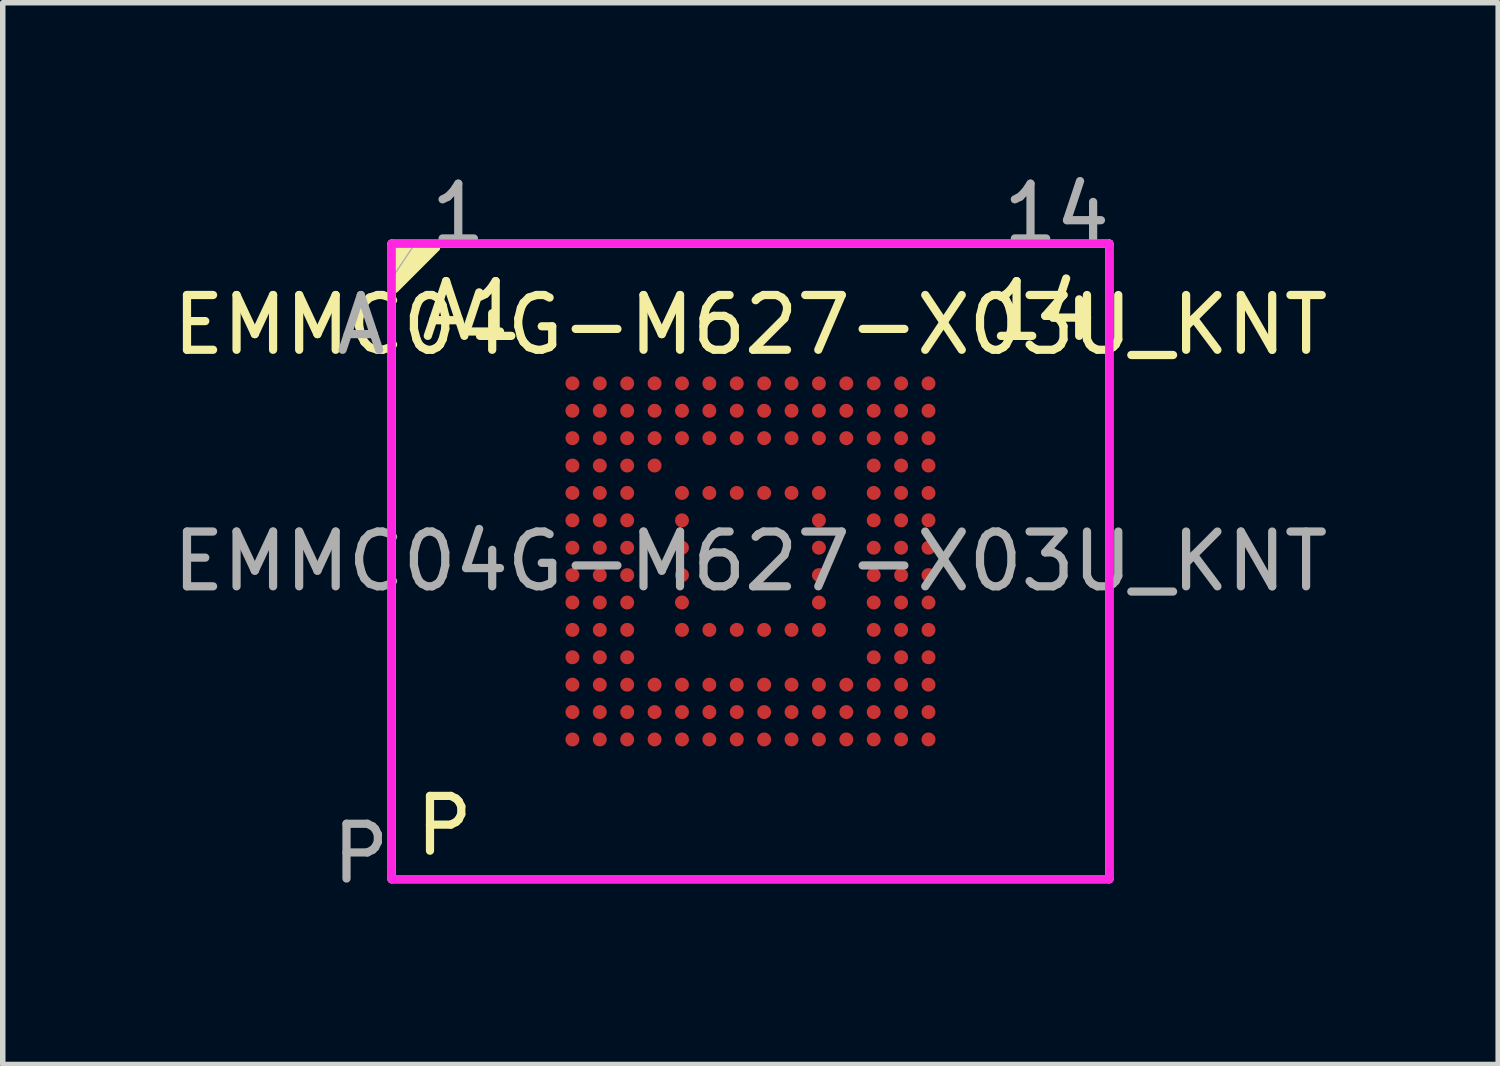
<source format=kicad_pcb>
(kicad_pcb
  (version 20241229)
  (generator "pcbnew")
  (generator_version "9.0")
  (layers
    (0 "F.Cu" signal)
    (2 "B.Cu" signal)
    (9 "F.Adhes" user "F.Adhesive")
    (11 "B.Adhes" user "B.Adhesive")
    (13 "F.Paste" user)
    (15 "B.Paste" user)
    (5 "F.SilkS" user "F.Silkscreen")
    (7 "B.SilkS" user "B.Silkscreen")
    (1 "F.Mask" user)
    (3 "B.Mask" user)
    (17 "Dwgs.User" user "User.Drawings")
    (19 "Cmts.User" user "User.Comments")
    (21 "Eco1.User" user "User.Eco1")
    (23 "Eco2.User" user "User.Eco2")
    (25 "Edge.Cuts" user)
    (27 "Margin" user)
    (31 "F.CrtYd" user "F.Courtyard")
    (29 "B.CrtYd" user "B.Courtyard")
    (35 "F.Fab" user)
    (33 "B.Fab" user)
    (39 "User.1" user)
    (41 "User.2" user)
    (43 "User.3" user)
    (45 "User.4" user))
  (footprint "EMMC04G-M627-X03U_KNT"
    (layer "F.Cu")
    (at 10.649 7.198)
    (property "Reference" "EMMC04G-M627-X03U_KNT" (at 0 -4.318 0) (unlocked yes) (layer "F.SilkS") (effects (font (size 1 1) (thickness 0.15))))
    (attr smd)
    (fp_line (start -6.55 -5.8) (end -6.55 5.8) (stroke (width 0.152) (type solid)) (layer "F.SilkS"))
    (fp_line (start -6.55 5.8) (end 6.55 5.8) (stroke (width 0.152) (type solid)) (layer "F.SilkS"))
    (fp_line (start 6.55 -5.8) (end -6.55 -5.8) (stroke (width 0.152) (type solid)) (layer "F.SilkS"))
    (fp_line (start 6.55 5.8) (end 6.55 -5.8) (stroke (width 0.152) (type solid)) (layer "F.SilkS"))
    (fp_poly (pts (xy -5.715 -5.715) (xy -6.477 -4.953) (xy -6.477 -5.715)) (stroke (width 0.1) (type solid)) (fill yes) (layer "F.SilkS"))
    (fp_poly (pts (xy -3.945 -3.945) (xy 3.945 -3.945) (xy 3.945 3.945) (xy -3.945 3.945)) (stroke (width 0.1) (type solid)) (fill no) (layer "Eco2.User"))
    (fp_line (start -6.55 -5.8) (end 6.55 -5.8) (stroke (width 0.152) (type solid)) (layer "F.CrtYd"))
    (fp_line (start -6.55 5.8) (end -6.55 -5.8) (stroke (width 0.152) (type solid)) (layer "F.CrtYd"))
    (fp_line (start 6.55 -5.8) (end 6.55 5.8) (stroke (width 0.152) (type solid)) (layer "F.CrtYd"))
    (fp_line (start 6.55 5.8) (end -6.55 5.8) (stroke (width 0.152) (type solid)) (layer "F.CrtYd"))
    (fp_line (start -6.604 -5.842) (end -6.604 5.842) (stroke (width 0.025) (type solid)) (layer "F.Fab"))
    (fp_line (start -6.604 5.842) (end 6.604 5.842) (stroke (width 0.025) (type solid)) (layer "F.Fab"))
    (fp_line (start -6.096 -5.842) (end -6.604 -5.08) (stroke (width 0.025) (type solid)) (layer "F.Fab"))
    (fp_line (start 6.604 -5.842) (end -6.604 -5.842) (stroke (width 0.025) (type solid)) (layer "F.Fab"))
    (fp_line (start 6.604 5.842) (end 6.604 -5.842) (stroke (width 0.025) (type solid)) (layer "F.Fab"))
    (fp_text user "14" (at 5.334 -4.572 0) (unlocked yes) (layer "F.SilkS") (effects (font (size 1 1) (thickness 0.15))))
    (fp_text user "P" (at -5.588 4.826 0) (unlocked yes) (layer "F.SilkS") (effects (font (size 1 1) (thickness 0.15))))
    (fp_text user "A1" (at -5.08 -4.572 0) (unlocked yes) (layer "F.SilkS") (effects (font (size 1 1) (thickness 0.15))))
    (fp_text user "1" (at -5.334 -6.35 0) (unlocked yes) (layer "F.Fab") (effects (font (size 1 1) (thickness 0.15))))
    (fp_text user "P" (at -7.112 5.334 0) (unlocked yes) (layer "F.Fab") (effects (font (size 1 1) (thickness 0.15))))
    (fp_text user "${REFERENCE}" (at 0 0 0) (unlocked yes) (layer "F.Fab") (effects (font (size 1 1) (thickness 0.15))))
    (fp_text user "14" (at 5.588 -6.35 0) (unlocked yes) (layer "F.Fab") (effects (font (size 1 1) (thickness 0.15))))
    (fp_text user "A" (at -7.112 -4.318 0) (unlocked yes) (layer "F.Fab") (effects (font (size 1 1) (thickness 0.15))))
    (pad "A1" smd circle (at -3.25 -3.25) (size 0.254 0.254) (layers "F.Cu" "F.Mask" "F.Paste"))
    (pad "A2" smd circle (at -2.75 -3.25) (size 0.254 0.254) (layers "F.Cu" "F.Mask" "F.Paste"))
    (pad "A3" smd circle (at -2.25 -3.25) (size 0.254 0.254) (layers "F.Cu" "F.Mask" "F.Paste"))
    (pad "A4" smd circle (at -1.75 -3.25) (size 0.254 0.254) (layers "F.Cu" "F.Mask" "F.Paste"))
    (pad "A5" smd circle (at -1.25 -3.25) (size 0.254 0.254) (layers "F.Cu" "F.Mask" "F.Paste"))
    (pad "A6" smd circle (at -0.75 -3.25) (size 0.254 0.254) (layers "F.Cu" "F.Mask" "F.Paste"))
    (pad "A7" smd circle (at -0.25 -3.25) (size 0.254 0.254) (layers "F.Cu" "F.Mask" "F.Paste"))
    (pad "A8" smd circle (at 0.25 -3.25) (size 0.254 0.254) (layers "F.Cu" "F.Mask" "F.Paste"))
    (pad "A9" smd circle (at 0.75 -3.25) (size 0.254 0.254) (layers "F.Cu" "F.Mask" "F.Paste"))
    (pad "A10" smd circle (at 1.25 -3.25) (size 0.254 0.254) (layers "F.Cu" "F.Mask" "F.Paste"))
    (pad "A11" smd circle (at 1.75 -3.25) (size 0.254 0.254) (layers "F.Cu" "F.Mask" "F.Paste"))
    (pad "A12" smd circle (at 2.25 -3.25) (size 0.254 0.254) (layers "F.Cu" "F.Mask" "F.Paste"))
    (pad "A13" smd circle (at 2.75 -3.25) (size 0.254 0.254) (layers "F.Cu" "F.Mask" "F.Paste"))
    (pad "A14" smd circle (at 3.25 -3.25) (size 0.254 0.254) (layers "F.Cu" "F.Mask" "F.Paste"))
    (pad "B1" smd circle (at -3.25 -2.75) (size 0.254 0.254) (layers "F.Cu" "F.Mask" "F.Paste"))
    (pad "B2" smd circle (at -2.75 -2.75) (size 0.254 0.254) (layers "F.Cu" "F.Mask" "F.Paste"))
    (pad "B3" smd circle (at -2.25 -2.75) (size 0.254 0.254) (layers "F.Cu" "F.Mask" "F.Paste"))
    (pad "B4" smd circle (at -1.75 -2.75) (size 0.254 0.254) (layers "F.Cu" "F.Mask" "F.Paste"))
    (pad "B5" smd circle (at -1.25 -2.75) (size 0.254 0.254) (layers "F.Cu" "F.Mask" "F.Paste"))
    (pad "B6" smd circle (at -0.75 -2.75) (size 0.254 0.254) (layers "F.Cu" "F.Mask" "F.Paste"))
    (pad "B7" smd circle (at -0.25 -2.75) (size 0.254 0.254) (layers "F.Cu" "F.Mask" "F.Paste"))
    (pad "B8" smd circle (at 0.25 -2.75) (size 0.254 0.254) (layers "F.Cu" "F.Mask" "F.Paste"))
    (pad "B9" smd circle (at 0.75 -2.75) (size 0.254 0.254) (layers "F.Cu" "F.Mask" "F.Paste"))
    (pad "B10" smd circle (at 1.25 -2.75) (size 0.254 0.254) (layers "F.Cu" "F.Mask" "F.Paste"))
    (pad "B11" smd circle (at 1.75 -2.75) (size 0.254 0.254) (layers "F.Cu" "F.Mask" "F.Paste"))
    (pad "B12" smd circle (at 2.25 -2.75) (size 0.254 0.254) (layers "F.Cu" "F.Mask" "F.Paste"))
    (pad "B13" smd circle (at 2.75 -2.75) (size 0.254 0.254) (layers "F.Cu" "F.Mask" "F.Paste"))
    (pad "B14" smd circle (at 3.25 -2.75) (size 0.254 0.254) (layers "F.Cu" "F.Mask" "F.Paste"))
    (pad "C1" smd circle (at -3.25 -2.25) (size 0.254 0.254) (layers "F.Cu" "F.Mask" "F.Paste"))
    (pad "C2" smd circle (at -2.75 -2.25) (size 0.254 0.254) (layers "F.Cu" "F.Mask" "F.Paste"))
    (pad "C3" smd circle (at -2.25 -2.25) (size 0.254 0.254) (layers "F.Cu" "F.Mask" "F.Paste"))
    (pad "C4" smd circle (at -1.75 -2.25) (size 0.254 0.254) (layers "F.Cu" "F.Mask" "F.Paste"))
    (pad "C5" smd circle (at -1.25 -2.25) (size 0.254 0.254) (layers "F.Cu" "F.Mask" "F.Paste"))
    (pad "C6" smd circle (at -0.75 -2.25) (size 0.254 0.254) (layers "F.Cu" "F.Mask" "F.Paste"))
    (pad "C7" smd circle (at -0.25 -2.25) (size 0.254 0.254) (layers "F.Cu" "F.Mask" "F.Paste"))
    (pad "C8" smd circle (at 0.25 -2.25) (size 0.254 0.254) (layers "F.Cu" "F.Mask" "F.Paste"))
    (pad "C9" smd circle (at 0.75 -2.25) (size 0.254 0.254) (layers "F.Cu" "F.Mask" "F.Paste"))
    (pad "C10" smd circle (at 1.25 -2.25) (size 0.254 0.254) (layers "F.Cu" "F.Mask" "F.Paste"))
    (pad "C11" smd circle (at 1.75 -2.25) (size 0.254 0.254) (layers "F.Cu" "F.Mask" "F.Paste"))
    (pad "C12" smd circle (at 2.25 -2.25) (size 0.254 0.254) (layers "F.Cu" "F.Mask" "F.Paste"))
    (pad "C13" smd circle (at 2.75 -2.25) (size 0.254 0.254) (layers "F.Cu" "F.Mask" "F.Paste"))
    (pad "C14" smd circle (at 3.25 -2.25) (size 0.254 0.254) (layers "F.Cu" "F.Mask" "F.Paste"))
    (pad "D1" smd circle (at -3.25 -1.75) (size 0.254 0.254) (layers "F.Cu" "F.Mask" "F.Paste"))
    (pad "D2" smd circle (at -2.75 -1.75) (size 0.254 0.254) (layers "F.Cu" "F.Mask" "F.Paste"))
    (pad "D3" smd circle (at -2.25 -1.75) (size 0.254 0.254) (layers "F.Cu" "F.Mask" "F.Paste"))
    (pad "D4" smd circle (at -1.75 -1.75) (size 0.254 0.254) (layers "F.Cu" "F.Mask" "F.Paste"))
    (pad "D12" smd circle (at 2.25 -1.75) (size 0.254 0.254) (layers "F.Cu" "F.Mask" "F.Paste"))
    (pad "D13" smd circle (at 2.75 -1.75) (size 0.254 0.254) (layers "F.Cu" "F.Mask" "F.Paste"))
    (pad "D14" smd circle (at 3.25 -1.75) (size 0.254 0.254) (layers "F.Cu" "F.Mask" "F.Paste"))
    (pad "E1" smd circle (at -3.25 -1.25) (size 0.254 0.254) (layers "F.Cu" "F.Mask" "F.Paste"))
    (pad "E2" smd circle (at -2.75 -1.25) (size 0.254 0.254) (layers "F.Cu" "F.Mask" "F.Paste"))
    (pad "E3" smd circle (at -2.25 -1.25) (size 0.254 0.254) (layers "F.Cu" "F.Mask" "F.Paste"))
    (pad "E5" smd circle (at -1.25 -1.25) (size 0.254 0.254) (layers "F.Cu" "F.Mask" "F.Paste"))
    (pad "E6" smd circle (at -0.75 -1.25) (size 0.254 0.254) (layers "F.Cu" "F.Mask" "F.Paste"))
    (pad "E7" smd circle (at -0.25 -1.25) (size 0.254 0.254) (layers "F.Cu" "F.Mask" "F.Paste"))
    (pad "E8" smd circle (at 0.25 -1.25) (size 0.254 0.254) (layers "F.Cu" "F.Mask" "F.Paste"))
    (pad "E9" smd circle (at 0.75 -1.25) (size 0.254 0.254) (layers "F.Cu" "F.Mask" "F.Paste"))
    (pad "E10" smd circle (at 1.25 -1.25) (size 0.254 0.254) (layers "F.Cu" "F.Mask" "F.Paste"))
    (pad "E12" smd circle (at 2.25 -1.25) (size 0.254 0.254) (layers "F.Cu" "F.Mask" "F.Paste"))
    (pad "E13" smd circle (at 2.75 -1.25) (size 0.254 0.254) (layers "F.Cu" "F.Mask" "F.Paste"))
    (pad "E14" smd circle (at 3.25 -1.25) (size 0.254 0.254) (layers "F.Cu" "F.Mask" "F.Paste"))
    (pad "F1" smd circle (at -3.25 -0.75) (size 0.254 0.254) (layers "F.Cu" "F.Mask" "F.Paste"))
    (pad "F2" smd circle (at -2.75 -0.75) (size 0.254 0.254) (layers "F.Cu" "F.Mask" "F.Paste"))
    (pad "F3" smd circle (at -2.25 -0.75) (size 0.254 0.254) (layers "F.Cu" "F.Mask" "F.Paste"))
    (pad "F5" smd circle (at -1.25 -0.75) (size 0.254 0.254) (layers "F.Cu" "F.Mask" "F.Paste"))
    (pad "F10" smd circle (at 1.25 -0.75) (size 0.254 0.254) (layers "F.Cu" "F.Mask" "F.Paste"))
    (pad "F12" smd circle (at 2.25 -0.75) (size 0.254 0.254) (layers "F.Cu" "F.Mask" "F.Paste"))
    (pad "F13" smd circle (at 2.75 -0.75) (size 0.254 0.254) (layers "F.Cu" "F.Mask" "F.Paste"))
    (pad "F14" smd circle (at 3.25 -0.75) (size 0.254 0.254) (layers "F.Cu" "F.Mask" "F.Paste"))
    (pad "G1" smd circle (at -3.25 -0.25) (size 0.254 0.254) (layers "F.Cu" "F.Mask" "F.Paste"))
    (pad "G2" smd circle (at -2.75 -0.25) (size 0.254 0.254) (layers "F.Cu" "F.Mask" "F.Paste"))
    (pad "G3" smd circle (at -2.25 -0.25) (size 0.254 0.254) (layers "F.Cu" "F.Mask" "F.Paste"))
    (pad "G5" smd circle (at -1.25 -0.25) (size 0.254 0.254) (layers "F.Cu" "F.Mask" "F.Paste"))
    (pad "G10" smd circle (at 1.25 -0.25) (size 0.254 0.254) (layers "F.Cu" "F.Mask" "F.Paste"))
    (pad "G12" smd circle (at 2.25 -0.25) (size 0.254 0.254) (layers "F.Cu" "F.Mask" "F.Paste"))
    (pad "G13" smd circle (at 2.75 -0.25) (size 0.254 0.254) (layers "F.Cu" "F.Mask" "F.Paste"))
    (pad "G14" smd circle (at 3.25 -0.25) (size 0.254 0.254) (layers "F.Cu" "F.Mask" "F.Paste"))
    (pad "H1" smd circle (at -3.25 0.25) (size 0.254 0.254) (layers "F.Cu" "F.Mask" "F.Paste"))
    (pad "H2" smd circle (at -2.75 0.25) (size 0.254 0.254) (layers "F.Cu" "F.Mask" "F.Paste"))
    (pad "H3" smd circle (at -2.25 0.25) (size 0.254 0.254) (layers "F.Cu" "F.Mask" "F.Paste"))
    (pad "H5" smd circle (at -1.25 0.25) (size 0.254 0.254) (layers "F.Cu" "F.Mask" "F.Paste"))
    (pad "H10" smd circle (at 1.25 0.25) (size 0.254 0.254) (layers "F.Cu" "F.Mask" "F.Paste"))
    (pad "H12" smd circle (at 2.25 0.25) (size 0.254 0.254) (layers "F.Cu" "F.Mask" "F.Paste"))
    (pad "H13" smd circle (at 2.75 0.25) (size 0.254 0.254) (layers "F.Cu" "F.Mask" "F.Paste"))
    (pad "H14" smd circle (at 3.25 0.25) (size 0.254 0.254) (layers "F.Cu" "F.Mask" "F.Paste"))
    (pad "J1" smd circle (at -3.25 0.75) (size 0.254 0.254) (layers "F.Cu" "F.Mask" "F.Paste"))
    (pad "J2" smd circle (at -2.75 0.75) (size 0.254 0.254) (layers "F.Cu" "F.Mask" "F.Paste"))
    (pad "J3" smd circle (at -2.25 0.75) (size 0.254 0.254) (layers "F.Cu" "F.Mask" "F.Paste"))
    (pad "J5" smd circle (at -1.25 0.75) (size 0.254 0.254) (layers "F.Cu" "F.Mask" "F.Paste"))
    (pad "J10" smd circle (at 1.25 0.75) (size 0.254 0.254) (layers "F.Cu" "F.Mask" "F.Paste"))
    (pad "J12" smd circle (at 2.25 0.75) (size 0.254 0.254) (layers "F.Cu" "F.Mask" "F.Paste"))
    (pad "J13" smd circle (at 2.75 0.75) (size 0.254 0.254) (layers "F.Cu" "F.Mask" "F.Paste"))
    (pad "J14" smd circle (at 3.25 0.75) (size 0.254 0.254) (layers "F.Cu" "F.Mask" "F.Paste"))
    (pad "K1" smd circle (at -3.25 1.25) (size 0.254 0.254) (layers "F.Cu" "F.Mask" "F.Paste"))
    (pad "K2" smd circle (at -2.75 1.25) (size 0.254 0.254) (layers "F.Cu" "F.Mask" "F.Paste"))
    (pad "K3" smd circle (at -2.25 1.25) (size 0.254 0.254) (layers "F.Cu" "F.Mask" "F.Paste"))
    (pad "K5" smd circle (at -1.25 1.25) (size 0.254 0.254) (layers "F.Cu" "F.Mask" "F.Paste"))
    (pad "K6" smd circle (at -0.75 1.25) (size 0.254 0.254) (layers "F.Cu" "F.Mask" "F.Paste"))
    (pad "K7" smd circle (at -0.25 1.25) (size 0.254 0.254) (layers "F.Cu" "F.Mask" "F.Paste"))
    (pad "K8" smd circle (at 0.25 1.25) (size 0.254 0.254) (layers "F.Cu" "F.Mask" "F.Paste"))
    (pad "K9" smd circle (at 0.75 1.25) (size 0.254 0.254) (layers "F.Cu" "F.Mask" "F.Paste"))
    (pad "K10" smd circle (at 1.25 1.25) (size 0.254 0.254) (layers "F.Cu" "F.Mask" "F.Paste"))
    (pad "K12" smd circle (at 2.25 1.25) (size 0.254 0.254) (layers "F.Cu" "F.Mask" "F.Paste"))
    (pad "K13" smd circle (at 2.75 1.25) (size 0.254 0.254) (layers "F.Cu" "F.Mask" "F.Paste"))
    (pad "K14" smd circle (at 3.25 1.25) (size 0.254 0.254) (layers "F.Cu" "F.Mask" "F.Paste"))
    (pad "L1" smd circle (at -3.25 1.75) (size 0.254 0.254) (layers "F.Cu" "F.Mask" "F.Paste"))
    (pad "L2" smd circle (at -2.75 1.75) (size 0.254 0.254) (layers "F.Cu" "F.Mask" "F.Paste"))
    (pad "L3" smd circle (at -2.25 1.75) (size 0.254 0.254) (layers "F.Cu" "F.Mask" "F.Paste"))
    (pad "L12" smd circle (at 2.25 1.75) (size 0.254 0.254) (layers "F.Cu" "F.Mask" "F.Paste"))
    (pad "L13" smd circle (at 2.75 1.75) (size 0.254 0.254) (layers "F.Cu" "F.Mask" "F.Paste"))
    (pad "L14" smd circle (at 3.25 1.75) (size 0.254 0.254) (layers "F.Cu" "F.Mask" "F.Paste"))
    (pad "M1" smd circle (at -3.25 2.25) (size 0.254 0.254) (layers "F.Cu" "F.Mask" "F.Paste"))
    (pad "M2" smd circle (at -2.75 2.25) (size 0.254 0.254) (layers "F.Cu" "F.Mask" "F.Paste"))
    (pad "M3" smd circle (at -2.25 2.25) (size 0.254 0.254) (layers "F.Cu" "F.Mask" "F.Paste"))
    (pad "M4" smd circle (at -1.75 2.25) (size 0.254 0.254) (layers "F.Cu" "F.Mask" "F.Paste"))
    (pad "M5" smd circle (at -1.25 2.25) (size 0.254 0.254) (layers "F.Cu" "F.Mask" "F.Paste"))
    (pad "M6" smd circle (at -0.75 2.25) (size 0.254 0.254) (layers "F.Cu" "F.Mask" "F.Paste"))
    (pad "M7" smd circle (at -0.25 2.25) (size 0.254 0.254) (layers "F.Cu" "F.Mask" "F.Paste"))
    (pad "M8" smd circle (at 0.25 2.25) (size 0.254 0.254) (layers "F.Cu" "F.Mask" "F.Paste"))
    (pad "M9" smd circle (at 0.75 2.25) (size 0.254 0.254) (layers "F.Cu" "F.Mask" "F.Paste"))
    (pad "M10" smd circle (at 1.25 2.25) (size 0.254 0.254) (layers "F.Cu" "F.Mask" "F.Paste"))
    (pad "M11" smd circle (at 1.75 2.25) (size 0.254 0.254) (layers "F.Cu" "F.Mask" "F.Paste"))
    (pad "M12" smd circle (at 2.25 2.25) (size 0.254 0.254) (layers "F.Cu" "F.Mask" "F.Paste"))
    (pad "M13" smd circle (at 2.75 2.25) (size 0.254 0.254) (layers "F.Cu" "F.Mask" "F.Paste"))
    (pad "M14" smd circle (at 3.25 2.25) (size 0.254 0.254) (layers "F.Cu" "F.Mask" "F.Paste"))
    (pad "N1" smd circle (at -3.25 2.75) (size 0.254 0.254) (layers "F.Cu" "F.Mask" "F.Paste"))
    (pad "N2" smd circle (at -2.75 2.75) (size 0.254 0.254) (layers "F.Cu" "F.Mask" "F.Paste"))
    (pad "N3" smd circle (at -2.25 2.75) (size 0.254 0.254) (layers "F.Cu" "F.Mask" "F.Paste"))
    (pad "N4" smd circle (at -1.75 2.75) (size 0.254 0.254) (layers "F.Cu" "F.Mask" "F.Paste"))
    (pad "N5" smd circle (at -1.25 2.75) (size 0.254 0.254) (layers "F.Cu" "F.Mask" "F.Paste"))
    (pad "N6" smd circle (at -0.75 2.75) (size 0.254 0.254) (layers "F.Cu" "F.Mask" "F.Paste"))
    (pad "N7" smd circle (at -0.25 2.75) (size 0.254 0.254) (layers "F.Cu" "F.Mask" "F.Paste"))
    (pad "N8" smd circle (at 0.25 2.75) (size 0.254 0.254) (layers "F.Cu" "F.Mask" "F.Paste"))
    (pad "N9" smd circle (at 0.75 2.75) (size 0.254 0.254) (layers "F.Cu" "F.Mask" "F.Paste"))
    (pad "N10" smd circle (at 1.25 2.75) (size 0.254 0.254) (layers "F.Cu" "F.Mask" "F.Paste"))
    (pad "N11" smd circle (at 1.75 2.75) (size 0.254 0.254) (layers "F.Cu" "F.Mask" "F.Paste"))
    (pad "N12" smd circle (at 2.25 2.75) (size 0.254 0.254) (layers "F.Cu" "F.Mask" "F.Paste"))
    (pad "N13" smd circle (at 2.75 2.75) (size 0.254 0.254) (layers "F.Cu" "F.Mask" "F.Paste"))
    (pad "N14" smd circle (at 3.25 2.75) (size 0.254 0.254) (layers "F.Cu" "F.Mask" "F.Paste"))
    (pad "P1" smd circle (at -3.25 3.25) (size 0.254 0.254) (layers "F.Cu" "F.Mask" "F.Paste"))
    (pad "P2" smd circle (at -2.75 3.25) (size 0.254 0.254) (layers "F.Cu" "F.Mask" "F.Paste"))
    (pad "P3" smd circle (at -2.25 3.25) (size 0.254 0.254) (layers "F.Cu" "F.Mask" "F.Paste"))
    (pad "P4" smd circle (at -1.75 3.25) (size 0.254 0.254) (layers "F.Cu" "F.Mask" "F.Paste"))
    (pad "P5" smd circle (at -1.25 3.25) (size 0.254 0.254) (layers "F.Cu" "F.Mask" "F.Paste"))
    (pad "P6" smd circle (at -0.75 3.25) (size 0.254 0.254) (layers "F.Cu" "F.Mask" "F.Paste"))
    (pad "P7" smd circle (at -0.25 3.25) (size 0.254 0.254) (layers "F.Cu" "F.Mask" "F.Paste"))
    (pad "P8" smd circle (at 0.25 3.25) (size 0.254 0.254) (layers "F.Cu" "F.Mask" "F.Paste"))
    (pad "P9" smd circle (at 0.75 3.25) (size 0.254 0.254) (layers "F.Cu" "F.Mask" "F.Paste"))
    (pad "P10" smd circle (at 1.25 3.25) (size 0.254 0.254) (layers "F.Cu" "F.Mask" "F.Paste"))
    (pad "P11" smd circle (at 1.75 3.25) (size 0.254 0.254) (layers "F.Cu" "F.Mask" "F.Paste"))
    (pad "P12" smd circle (at 2.25 3.25) (size 0.254 0.254) (layers "F.Cu" "F.Mask" "F.Paste"))
    (pad "P13" smd circle (at 2.75 3.25) (size 0.254 0.254) (layers "F.Cu" "F.Mask" "F.Paste"))
    (pad "P14" smd circle (at 3.25 3.25) (size 0.254 0.254) (layers "F.Cu" "F.Mask" "F.Paste")))
  (gr_rect
    (start -3 -3)
    (end 24.298 16.381)
    (stroke (width 0.1) (type default))
    (fill no)
    (layer "Edge.Cuts")))
</source>
